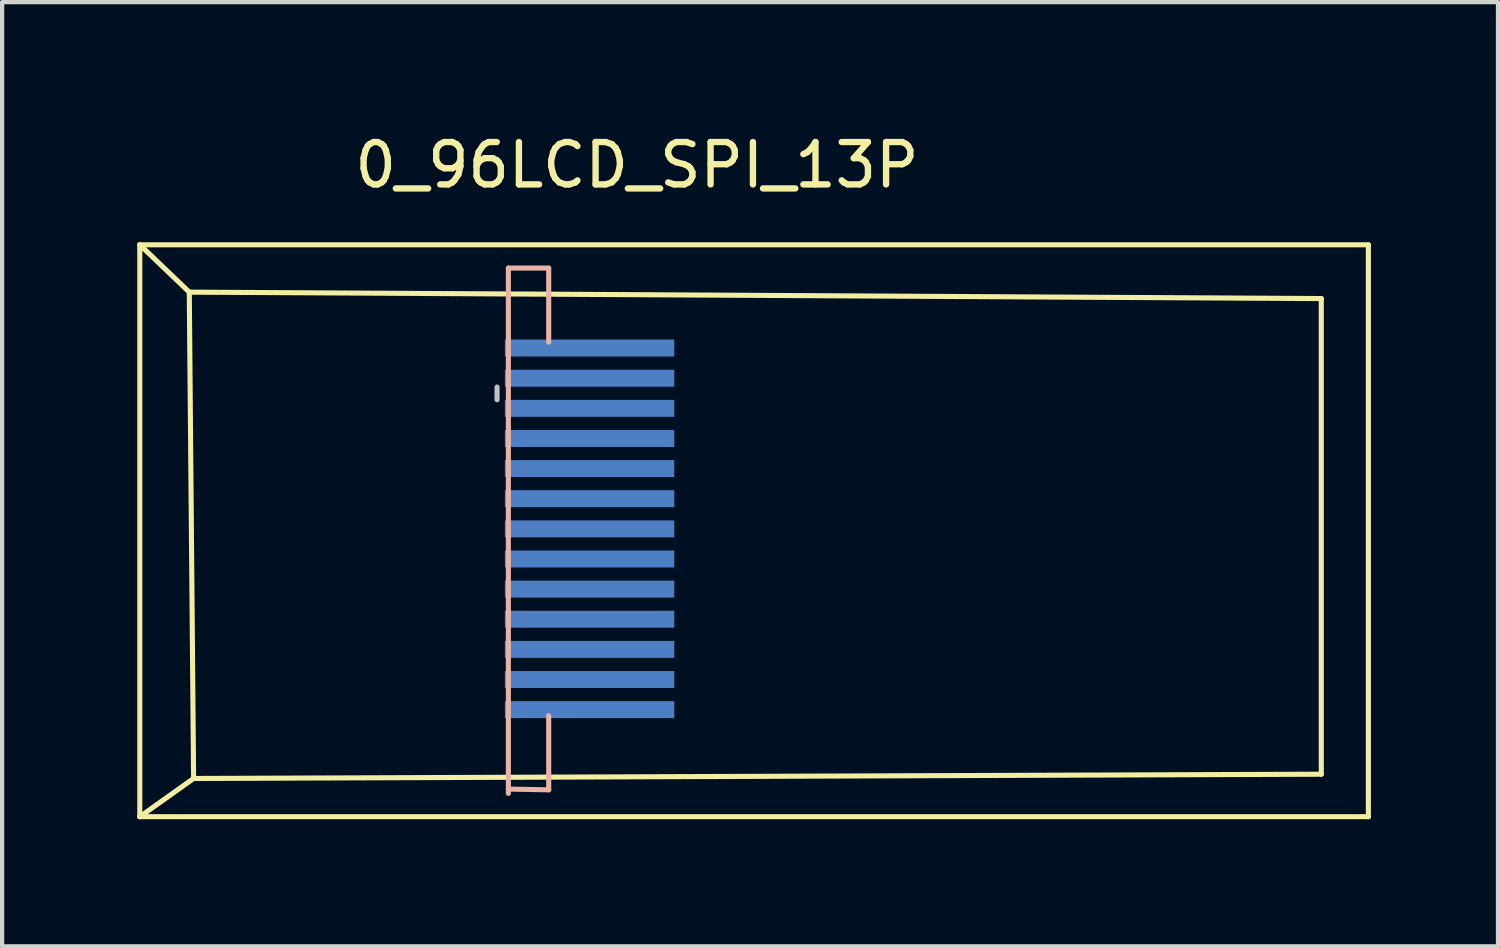
<source format=kicad_pcb>
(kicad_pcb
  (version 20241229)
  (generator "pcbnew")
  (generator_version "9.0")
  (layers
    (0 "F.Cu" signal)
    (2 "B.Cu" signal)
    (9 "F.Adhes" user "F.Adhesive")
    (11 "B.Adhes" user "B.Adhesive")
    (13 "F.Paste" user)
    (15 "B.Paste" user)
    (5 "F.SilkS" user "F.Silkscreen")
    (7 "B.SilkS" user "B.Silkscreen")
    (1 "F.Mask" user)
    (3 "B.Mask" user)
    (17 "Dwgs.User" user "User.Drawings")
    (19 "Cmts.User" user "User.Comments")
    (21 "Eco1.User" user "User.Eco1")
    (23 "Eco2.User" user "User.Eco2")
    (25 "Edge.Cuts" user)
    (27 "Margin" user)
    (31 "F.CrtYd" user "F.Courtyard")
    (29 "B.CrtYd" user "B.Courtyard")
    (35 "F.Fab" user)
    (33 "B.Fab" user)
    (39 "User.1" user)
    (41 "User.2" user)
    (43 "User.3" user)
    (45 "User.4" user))
  (footprint "0_96LCD_SPI_13P"
    (layer "F.Cu")
    (at 0.25 2.728)
    (property "Reference" "0_96LCD_SPI_13P" (at 11.735 -1.88 0) (layer "F.SilkS") (effects (font (size 1 1) (thickness 0.15))))
    (attr through_hole)
    (fp_line (start 0 0) (end 0 13.5) (stroke (width 0.12) (type solid)) (layer "F.SilkS"))
    (fp_line (start 0 0) (end 1.168 1.118) (stroke (width 0.12) (type solid)) (layer "F.SilkS"))
    (fp_line (start 0 0) (end 29 0) (stroke (width 0.12) (type solid)) (layer "F.SilkS"))
    (fp_line (start 0 13.5) (end 1.27 12.598) (stroke (width 0.12) (type solid)) (layer "F.SilkS"))
    (fp_line (start 0 13.5) (end 29 13.5) (stroke (width 0.12) (type solid)) (layer "F.SilkS"))
    (fp_line (start 1.168 1.118) (end 27.889 1.27) (stroke (width 0.12) (type solid)) (layer "F.SilkS"))
    (fp_line (start 1.27 12.598) (end 1.168 1.118) (stroke (width 0.12) (type solid)) (layer "F.SilkS"))
    (fp_line (start 27.889 1.27) (end 27.889 12.497) (stroke (width 0.12) (type solid)) (layer "F.SilkS"))
    (fp_line (start 27.889 12.497) (end 1.27 12.598) (stroke (width 0.12) (type solid)) (layer "F.SilkS"))
    (fp_line (start 29 0) (end 29 13.5) (stroke (width 0.12) (type solid)) (layer "F.SilkS"))
    (fp_line (start 8.7 0.55) (end 8.7 12.95) (stroke (width 0.12) (type solid)) (layer "B.SilkS"))
    (fp_line (start 8.7 0.55) (end 9.652 0.55) (stroke (width 0.12) (type solid)) (layer "B.SilkS"))
    (fp_line (start 8.7 12.848) (end 9.652 12.866) (stroke (width 0.12) (type solid)) (layer "B.SilkS"))
    (fp_line (start 9.652 0.55) (end 9.652 2.3) (stroke (width 0.12) (type solid)) (layer "B.SilkS"))
    (fp_line (start 9.652 11.116) (end 9.652 12.866) (stroke (width 0.12) (type solid)) (layer "B.SilkS"))
    (fp_line (start 8.433 3.358) (end 8.433 3.658) (stroke (width 0.12) (type solid)) (layer "Dwgs.User"))
    (pad "1" smd rect (at 10.617 10.973) (size 4 0.4) (layers "B.Cu" "B.Mask" "B.Paste"))
    (pad "2" smd rect (at 10.617 10.262) (size 4 0.4) (layers "B.Cu" "B.Mask" "B.Paste"))
    (pad "3" smd rect (at 10.617 9.55) (size 4 0.4) (layers "B.Cu" "B.Mask" "B.Paste"))
    (pad "4" smd rect (at 10.617 8.839) (size 4 0.4) (layers "B.Cu" "B.Mask" "B.Paste"))
    (pad "5" smd rect (at 10.617 8.128) (size 4 0.4) (layers "B.Cu" "B.Mask" "B.Paste"))
    (pad "6" smd rect (at 10.617 7.417) (size 4 0.4) (layers "B.Cu" "B.Mask" "B.Paste"))
    (pad "7" smd rect (at 10.617 6.706) (size 4 0.4) (layers "B.Cu" "B.Mask" "B.Paste"))
    (pad "8" smd rect (at 10.617 5.994) (size 4 0.4) (layers "B.Cu" "B.Mask" "B.Paste"))
    (pad "9" smd rect (at 10.617 5.283) (size 4 0.4) (layers "B.Cu" "B.Mask" "B.Paste"))
    (pad "10" smd rect (at 10.617 4.572) (size 4 0.4) (layers "B.Cu" "B.Mask" "B.Paste"))
    (pad "11" smd rect (at 10.617 3.861) (size 4 0.4) (layers "B.Cu" "B.Mask" "B.Paste"))
    (pad "12" smd rect (at 10.617 3.15) (size 4 0.4) (layers "B.Cu" "B.Mask" "B.Paste"))
    (pad "13" smd rect (at 10.617 2.438) (size 4 0.4) (layers "B.Cu" "B.Mask" "B.Paste")))
  (gr_rect
    (start -3 -3)
    (end 32.31 19.288)
    (stroke (width 0.1) (type default))
    (fill no)
    (layer "Edge.Cuts")))
</source>
